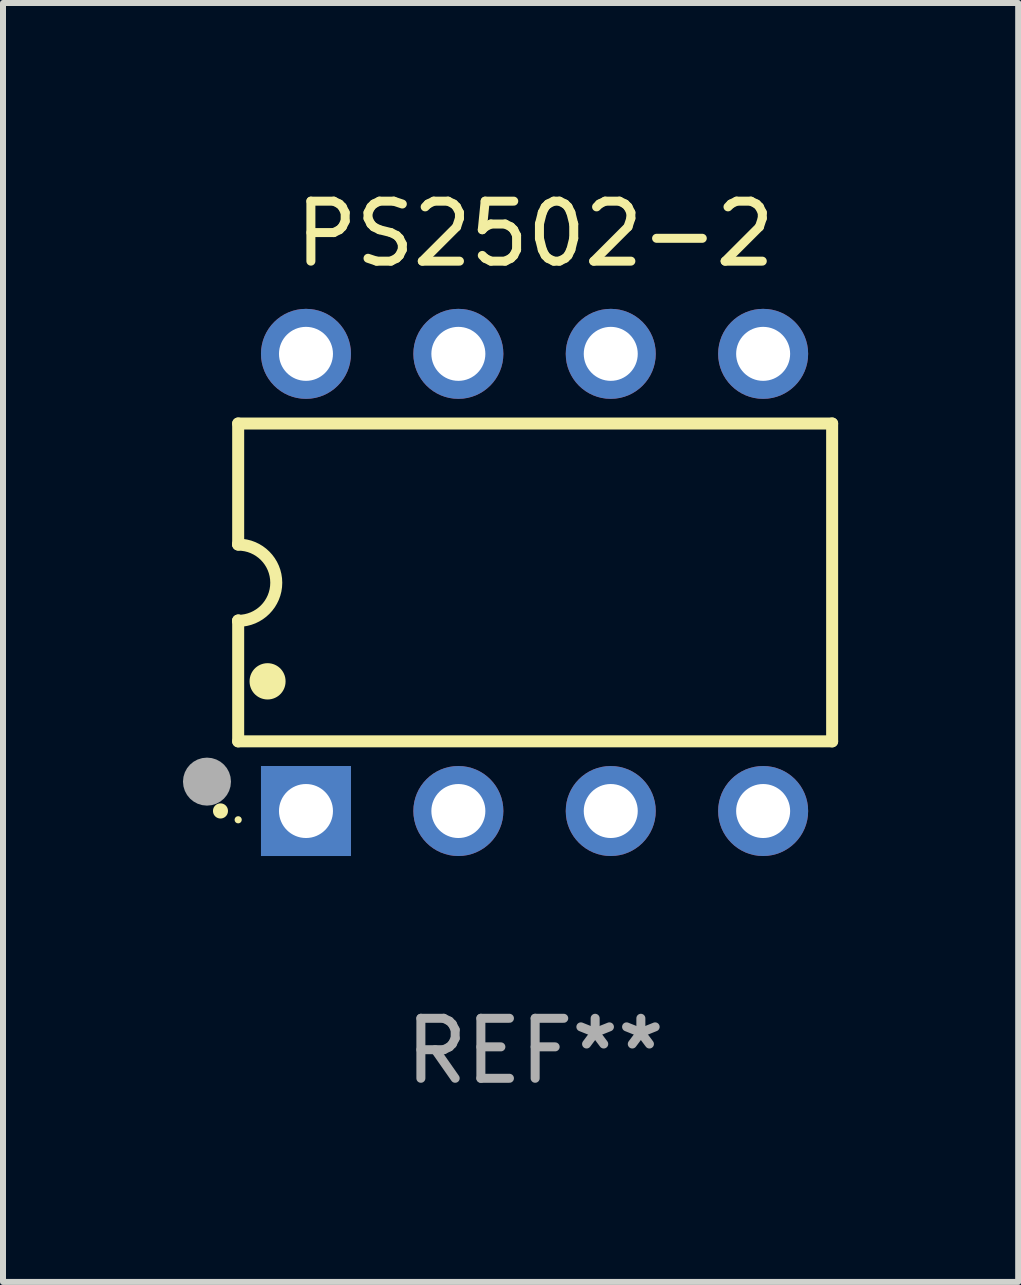
<source format=kicad_pcb>
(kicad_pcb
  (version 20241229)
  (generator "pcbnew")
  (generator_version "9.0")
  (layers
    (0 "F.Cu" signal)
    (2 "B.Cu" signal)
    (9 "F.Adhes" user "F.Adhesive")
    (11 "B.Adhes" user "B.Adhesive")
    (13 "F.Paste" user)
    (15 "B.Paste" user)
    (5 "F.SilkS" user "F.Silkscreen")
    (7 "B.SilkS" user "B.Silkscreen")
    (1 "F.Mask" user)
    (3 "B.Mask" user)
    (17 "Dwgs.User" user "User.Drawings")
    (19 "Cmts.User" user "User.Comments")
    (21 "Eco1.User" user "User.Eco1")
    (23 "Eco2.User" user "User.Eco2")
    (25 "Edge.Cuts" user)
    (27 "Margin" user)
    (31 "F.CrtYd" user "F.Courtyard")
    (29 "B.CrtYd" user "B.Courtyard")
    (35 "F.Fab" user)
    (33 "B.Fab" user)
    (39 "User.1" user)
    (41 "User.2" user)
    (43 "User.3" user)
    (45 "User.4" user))
  (footprint "PS2502-2"
    (layer "F.Cu")
    (at 5.87 6.658)
    (property "Reference" "PS2502-2" (at 0 -5.81 0) (layer "F.SilkS") (effects (font (size 1 1) (thickness 0.15))))
    (attr through_hole)
    (fp_line (start -4.95 -2.649) (end 4.95 -2.649) (stroke (width 0.2) (type solid)) (layer "F.SilkS"))
    (fp_line (start -4.95 -0.635) (end -4.95 -2.649) (stroke (width 0.2) (type solid)) (layer "F.SilkS"))
    (fp_line (start -4.95 0.635) (end -4.95 0.64) (stroke (width 0.2) (type solid)) (layer "F.SilkS"))
    (fp_line (start -4.95 2.649) (end -4.95 0.635) (stroke (width 0.2) (type solid)) (layer "F.SilkS"))
    (fp_line (start -4.95 -0.64) (end -4.95 -0.635) (stroke (width 0.2) (type solid)) (layer "F.SilkS"))
    (fp_line (start 4.95 -2.649) (end 4.95 2.649) (stroke (width 0.2) (type solid)) (layer "F.SilkS"))
    (fp_line (start 4.95 2.649) (end -4.95 2.649) (stroke (width 0.2) (type solid)) (layer "F.SilkS"))
    (fp_arc (start -5.24511 3.810008) (mid -5.245117 3.808738) (end -5.24511 3.807468) (stroke (width 0.25) (type solid)) (layer "F.SilkS"))
    (fp_arc (start -4.950165 -0.629997) (mid -4.315164 0.005004) (end -4.950165 0.640005) (stroke (width 0.2) (type solid)) (layer "F.SilkS"))
    (fp_arc (start -4.460249 1.651003) (mid -4.46026 1.648463) (end -4.460249 1.645923) (stroke (width 0.6) (type solid)) (layer "F.SilkS"))
    (fp_circle (center -4.95 3.956) (end -4.92 3.956) (stroke (width 0.06) (type solid)) (fill no) (layer "F.SilkS"))
    (fp_circle (center -5.47 3.32) (end -5.27 3.32) (stroke (width 0.4) (type solid)) (fill no) (layer "F.Fab"))
    (fp_text user "REF**" (at 0 7.81 0) (layer "F.Fab") (effects (font (size 1 1) (thickness 0.15))))
    (pad "1" thru_hole rect (at -3.82 3.81) (size 1.5 1.5) (drill 0.9) (layers "*.Cu" "*.Mask"))
    (pad "2" thru_hole circle (at -1.28 3.81) (size 1.5 1.5) (drill 0.9) (layers "*.Cu" "*.Mask"))
    (pad "3" thru_hole circle (at 1.26 3.81) (size 1.5 1.5) (drill 0.9) (layers "*.Cu" "*.Mask"))
    (pad "4" thru_hole circle (at 3.8 3.81) (size 1.5 1.5) (drill 0.9) (layers "*.Cu" "*.Mask"))
    (pad "5" thru_hole circle (at 3.8 -3.81) (size 1.5 1.5) (drill 0.9) (layers "*.Cu" "*.Mask"))
    (pad "6" thru_hole circle (at 1.26 -3.81) (size 1.5 1.5) (drill 0.9) (layers "*.Cu" "*.Mask"))
    (pad "7" thru_hole circle (at -1.28 -3.81) (size 1.5 1.5) (drill 0.9) (layers "*.Cu" "*.Mask"))
    (pad "8" thru_hole circle (at -3.82 -3.81) (size 1.5 1.5) (drill 0.9) (layers "*.Cu" "*.Mask")))
  (gr_rect
    (start -3 -3)
    (end 13.921 18.317)
    (stroke (width 0.1) (type default))
    (fill no)
    (layer "Edge.Cuts")))
</source>
